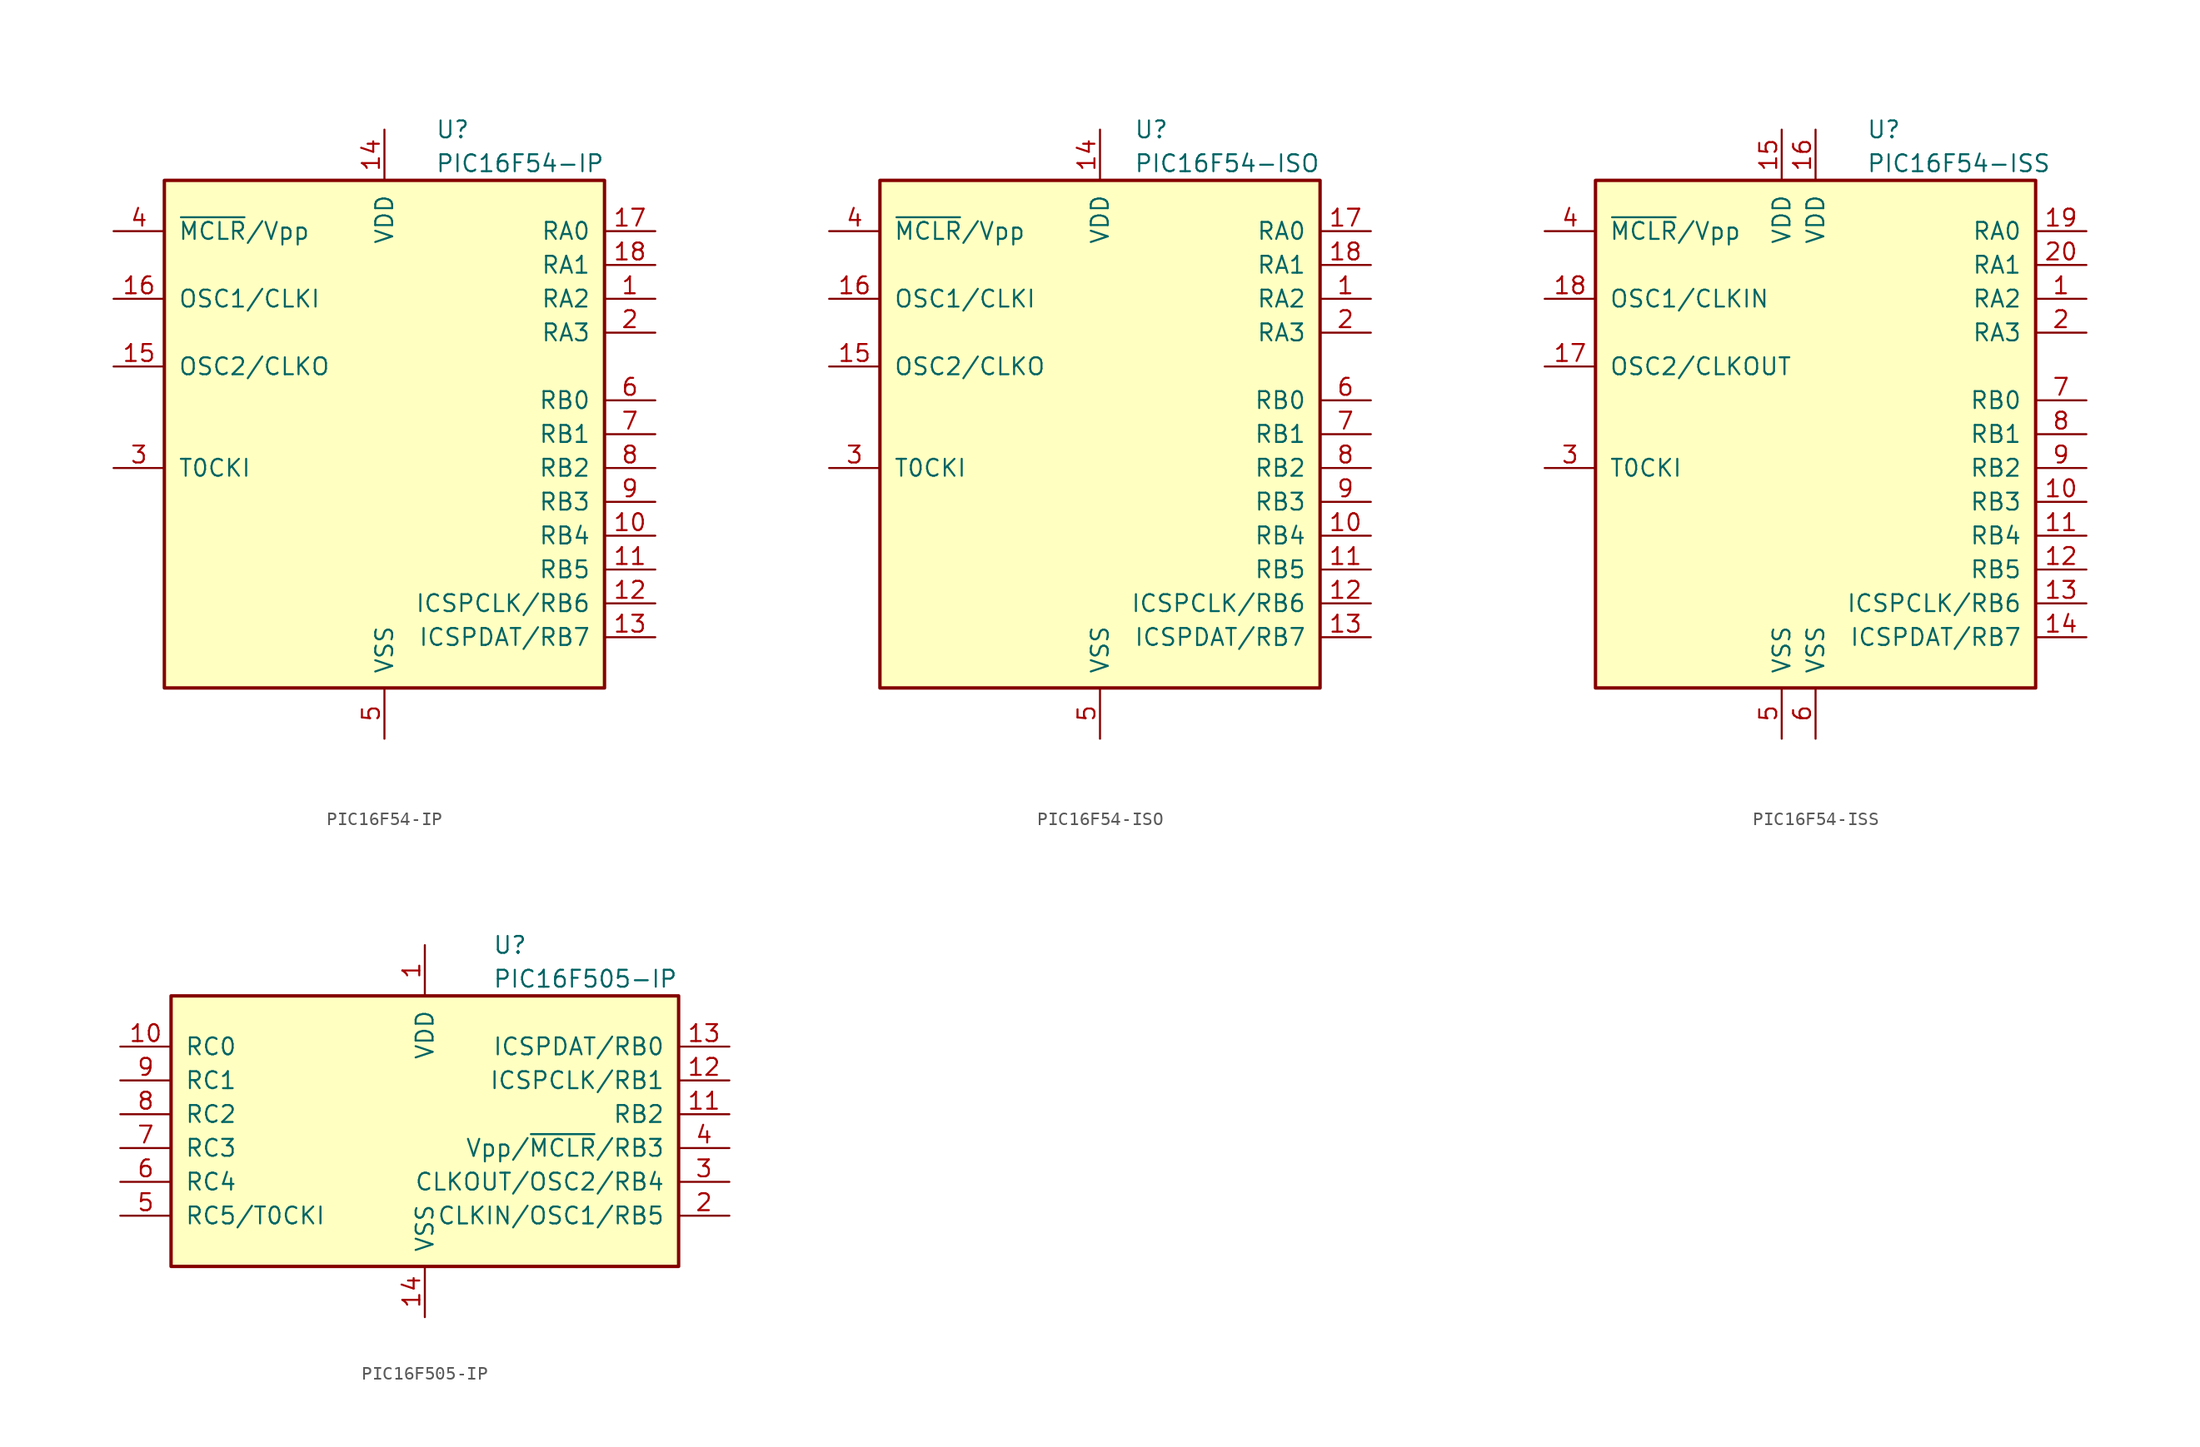
<source format=kicad_sym>
(kicad_symbol_lib
  (version 20201005)
  (generator kicad_symbol_editor)
  (symbol "MCU_Microchip_PIC16:PIC16F54-IP"
    (pin_names
      (offset 1.016))
    (property "Reference" "U"
      (at 3.81 22.86 0)
      (effects (font (size 1.27 1.27)) (justify left)))
    (property "Value" "PIC16F54-IP"
      (at 3.81 20.32 0)
      (effects (font (size 1.27 1.27)) (justify left)))
    (symbol "PIC16F54-IP_0_1"
      (rectangle (start -16.51 19.05) (end 16.51 -19.05) (stroke (width 0.254)) (fill (type background))))
    (symbol "PIC16F54-IP_1_1"
      (pin bidirectional line (at 20.32 10.16 180) (length 3.81) (name "RA2" (effects (font (size 1.27 1.27)))) (number "1" (effects (font (size 1.27 1.27)))))
      (pin bidirectional line (at 20.32 -7.62 180) (length 3.81) (name "RB4" (effects (font (size 1.27 1.27)))) (number "10" (effects (font (size 1.27 1.27)))))
      (pin bidirectional line (at 20.32 -10.16 180) (length 3.81) (name "RB5" (effects (font (size 1.27 1.27)))) (number "11" (effects (font (size 1.27 1.27)))))
      (pin bidirectional line (at 20.32 -12.7 180) (length 3.81) (name "ICSPCLK/RB6" (effects (font (size 1.27 1.27)))) (number "12" (effects (font (size 1.27 1.27)))))
      (pin bidirectional line (at 20.32 -15.24 180) (length 3.81) (name "ICSPDAT/RB7" (effects (font (size 1.27 1.27)))) (number "13" (effects (font (size 1.27 1.27)))))
      (pin power_in line (at 0 22.86 270) (length 3.81) (name "VDD" (effects (font (size 1.27 1.27)))) (number "14" (effects (font (size 1.27 1.27)))))
      (pin output line (at -20.32 5.08 0) (length 3.81) (name "OSC2/CLKO" (effects (font (size 1.27 1.27)))) (number "15" (effects (font (size 1.27 1.27)))))
      (pin input line (at -20.32 10.16 0) (length 3.81) (name "OSC1/CLKI" (effects (font (size 1.27 1.27)))) (number "16" (effects (font (size 1.27 1.27)))))
      (pin bidirectional line (at 20.32 15.24 180) (length 3.81) (name "RA0" (effects (font (size 1.27 1.27)))) (number "17" (effects (font (size 1.27 1.27)))))
      (pin bidirectional line (at 20.32 12.7 180) (length 3.81) (name "RA1" (effects (font (size 1.27 1.27)))) (number "18" (effects (font (size 1.27 1.27)))))
      (pin bidirectional line (at 20.32 7.62 180) (length 3.81) (name "RA3" (effects (font (size 1.27 1.27)))) (number "2" (effects (font (size 1.27 1.27)))))
      (pin input line (at -20.32 -2.54 0) (length 3.81) (name "T0CKI" (effects (font (size 1.27 1.27)))) (number "3" (effects (font (size 1.27 1.27)))))
      (pin input line (at -20.32 15.24 0) (length 3.81) (name "~MCLR~/Vpp" (effects (font (size 1.27 1.27)))) (number "4" (effects (font (size 1.27 1.27)))))
      (pin power_in line (at 0 -22.86 90) (length 3.81) (name "VSS" (effects (font (size 1.27 1.27)))) (number "5" (effects (font (size 1.27 1.27)))))
      (pin bidirectional line (at 20.32 2.54 180) (length 3.81) (name "RB0" (effects (font (size 1.27 1.27)))) (number "6" (effects (font (size 1.27 1.27)))))
      (pin bidirectional line (at 20.32 0 180) (length 3.81) (name "RB1" (effects (font (size 1.27 1.27)))) (number "7" (effects (font (size 1.27 1.27)))))
      (pin bidirectional line (at 20.32 -2.54 180) (length 3.81) (name "RB2" (effects (font (size 1.27 1.27)))) (number "8" (effects (font (size 1.27 1.27)))))
      (pin bidirectional line (at 20.32 -5.08 180) (length 3.81) (name "RB3" (effects (font (size 1.27 1.27)))) (number "9" (effects (font (size 1.27 1.27)))))))
  (symbol "MCU_Microchip_PIC16:PIC16F54-ISO"
    (pin_names
      (offset 1.016))
    (property "Reference" "U"
      (at 2.54 22.86 0)
      (effects (font (size 1.27 1.27)) (justify left)))
    (property "Value" "PIC16F54-ISO"
      (at 2.54 20.32 0)
      (effects (font (size 1.27 1.27)) (justify left)))
    (symbol "PIC16F54-ISO_0_1"
      (rectangle (start -16.51 19.05) (end 16.51 -19.05) (stroke (width 0.254)) (fill (type background))))
    (symbol "PIC16F54-ISO_1_1"
      (pin bidirectional line (at 20.32 10.16 180) (length 3.81) (name "RA2" (effects (font (size 1.27 1.27)))) (number "1" (effects (font (size 1.27 1.27)))))
      (pin bidirectional line (at 20.32 -7.62 180) (length 3.81) (name "RB4" (effects (font (size 1.27 1.27)))) (number "10" (effects (font (size 1.27 1.27)))))
      (pin bidirectional line (at 20.32 -10.16 180) (length 3.81) (name "RB5" (effects (font (size 1.27 1.27)))) (number "11" (effects (font (size 1.27 1.27)))))
      (pin bidirectional line (at 20.32 -12.7 180) (length 3.81) (name "ICSPCLK/RB6" (effects (font (size 1.27 1.27)))) (number "12" (effects (font (size 1.27 1.27)))))
      (pin bidirectional line (at 20.32 -15.24 180) (length 3.81) (name "ICSPDAT/RB7" (effects (font (size 1.27 1.27)))) (number "13" (effects (font (size 1.27 1.27)))))
      (pin power_in line (at 0 22.86 270) (length 3.81) (name "VDD" (effects (font (size 1.27 1.27)))) (number "14" (effects (font (size 1.27 1.27)))))
      (pin output line (at -20.32 5.08 0) (length 3.81) (name "OSC2/CLKO" (effects (font (size 1.27 1.27)))) (number "15" (effects (font (size 1.27 1.27)))))
      (pin input line (at -20.32 10.16 0) (length 3.81) (name "OSC1/CLKI" (effects (font (size 1.27 1.27)))) (number "16" (effects (font (size 1.27 1.27)))))
      (pin bidirectional line (at 20.32 15.24 180) (length 3.81) (name "RA0" (effects (font (size 1.27 1.27)))) (number "17" (effects (font (size 1.27 1.27)))))
      (pin bidirectional line (at 20.32 12.7 180) (length 3.81) (name "RA1" (effects (font (size 1.27 1.27)))) (number "18" (effects (font (size 1.27 1.27)))))
      (pin bidirectional line (at 20.32 7.62 180) (length 3.81) (name "RA3" (effects (font (size 1.27 1.27)))) (number "2" (effects (font (size 1.27 1.27)))))
      (pin input line (at -20.32 -2.54 0) (length 3.81) (name "T0CKI" (effects (font (size 1.27 1.27)))) (number "3" (effects (font (size 1.27 1.27)))))
      (pin input line (at -20.32 15.24 0) (length 3.81) (name "~MCLR~/Vpp" (effects (font (size 1.27 1.27)))) (number "4" (effects (font (size 1.27 1.27)))))
      (pin power_in line (at 0 -22.86 90) (length 3.81) (name "VSS" (effects (font (size 1.27 1.27)))) (number "5" (effects (font (size 1.27 1.27)))))
      (pin bidirectional line (at 20.32 2.54 180) (length 3.81) (name "RB0" (effects (font (size 1.27 1.27)))) (number "6" (effects (font (size 1.27 1.27)))))
      (pin bidirectional line (at 20.32 0 180) (length 3.81) (name "RB1" (effects (font (size 1.27 1.27)))) (number "7" (effects (font (size 1.27 1.27)))))
      (pin bidirectional line (at 20.32 -2.54 180) (length 3.81) (name "RB2" (effects (font (size 1.27 1.27)))) (number "8" (effects (font (size 1.27 1.27)))))
      (pin bidirectional line (at 20.32 -5.08 180) (length 3.81) (name "RB3" (effects (font (size 1.27 1.27)))) (number "9" (effects (font (size 1.27 1.27)))))))
  (symbol "MCU_Microchip_PIC16:PIC16F54-ISS"
    (pin_names
      (offset 1.016))
    (property "Reference" "U"
      (at 3.81 22.86 0)
      (effects (font (size 1.27 1.27)) (justify left)))
    (property "Value" "PIC16F54-ISS"
      (at 3.81 20.32 0)
      (effects (font (size 1.27 1.27)) (justify left)))
    (symbol "PIC16F54-ISS_0_1"
      (rectangle (start -16.51 19.05) (end 16.51 -19.05) (stroke (width 0.254)) (fill (type background))))
    (symbol "PIC16F54-ISS_1_1"
      (pin bidirectional line (at 20.32 10.16 180) (length 3.81) (name "RA2" (effects (font (size 1.27 1.27)))) (number "1" (effects (font (size 1.27 1.27)))))
      (pin bidirectional line (at 20.32 -5.08 180) (length 3.81) (name "RB3" (effects (font (size 1.27 1.27)))) (number "10" (effects (font (size 1.27 1.27)))))
      (pin bidirectional line (at 20.32 -7.62 180) (length 3.81) (name "RB4" (effects (font (size 1.27 1.27)))) (number "11" (effects (font (size 1.27 1.27)))))
      (pin bidirectional line (at 20.32 -10.16 180) (length 3.81) (name "RB5" (effects (font (size 1.27 1.27)))) (number "12" (effects (font (size 1.27 1.27)))))
      (pin bidirectional line (at 20.32 -12.7 180) (length 3.81) (name "ICSPCLK/RB6" (effects (font (size 1.27 1.27)))) (number "13" (effects (font (size 1.27 1.27)))))
      (pin bidirectional line (at 20.32 -15.24 180) (length 3.81) (name "ICSPDAT/RB7" (effects (font (size 1.27 1.27)))) (number "14" (effects (font (size 1.27 1.27)))))
      (pin power_in line (at -2.54 22.86 270) (length 3.81) (name "VDD" (effects (font (size 1.27 1.27)))) (number "15" (effects (font (size 1.27 1.27)))))
      (pin power_in line (at 0 22.86 270) (length 3.81) (name "VDD" (effects (font (size 1.27 1.27)))) (number "16" (effects (font (size 1.27 1.27)))))
      (pin output line (at -20.32 5.08 0) (length 3.81) (name "OSC2/CLKOUT" (effects (font (size 1.27 1.27)))) (number "17" (effects (font (size 1.27 1.27)))))
      (pin input line (at -20.32 10.16 0) (length 3.81) (name "OSC1/CLKIN" (effects (font (size 1.27 1.27)))) (number "18" (effects (font (size 1.27 1.27)))))
      (pin bidirectional line (at 20.32 15.24 180) (length 3.81) (name "RA0" (effects (font (size 1.27 1.27)))) (number "19" (effects (font (size 1.27 1.27)))))
      (pin bidirectional line (at 20.32 7.62 180) (length 3.81) (name "RA3" (effects (font (size 1.27 1.27)))) (number "2" (effects (font (size 1.27 1.27)))))
      (pin bidirectional line (at 20.32 12.7 180) (length 3.81) (name "RA1" (effects (font (size 1.27 1.27)))) (number "20" (effects (font (size 1.27 1.27)))))
      (pin input line (at -20.32 -2.54 0) (length 3.81) (name "T0CKI" (effects (font (size 1.27 1.27)))) (number "3" (effects (font (size 1.27 1.27)))))
      (pin input line (at -20.32 15.24 0) (length 3.81) (name "~MCLR~/Vpp" (effects (font (size 1.27 1.27)))) (number "4" (effects (font (size 1.27 1.27)))))
      (pin power_in line (at -2.54 -22.86 90) (length 3.81) (name "VSS" (effects (font (size 1.27 1.27)))) (number "5" (effects (font (size 1.27 1.27)))))
      (pin power_in line (at 0 -22.86 90) (length 3.81) (name "VSS" (effects (font (size 1.27 1.27)))) (number "6" (effects (font (size 1.27 1.27)))))
      (pin bidirectional line (at 20.32 2.54 180) (length 3.81) (name "RB0" (effects (font (size 1.27 1.27)))) (number "7" (effects (font (size 1.27 1.27)))))
      (pin bidirectional line (at 20.32 0 180) (length 3.81) (name "RB1" (effects (font (size 1.27 1.27)))) (number "8" (effects (font (size 1.27 1.27)))))
      (pin bidirectional line (at 20.32 -2.54 180) (length 3.81) (name "RB2" (effects (font (size 1.27 1.27)))) (number "9" (effects (font (size 1.27 1.27)))))))
  (symbol "MCU_Microchip_PIC16:PIC16F505-IP"
    (pin_names
      (offset 1.016))
    (property "Reference" "U"
      (at 5.08 12.7 0)
      (effects (font (size 1.27 1.27)) (justify left)))
    (property "Value" "PIC16F505-IP"
      (at 5.08 10.16 0)
      (effects (font (size 1.27 1.27)) (justify left)))
    (symbol "PIC16F505-IP_0_1"
      (rectangle (start -19.05 8.89) (end 19.05 -11.43) (stroke (width 0.254)) (fill (type background))))
    (symbol "PIC16F505-IP_1_1"
      (pin power_in line (at 0 12.7 270) (length 3.81) (name "VDD" (effects (font (size 1.27 1.27)))) (number "1" (effects (font (size 1.27 1.27)))))
      (pin bidirectional line (at -22.86 5.08 0) (length 3.81) (name "RC0" (effects (font (size 1.27 1.27)))) (number "10" (effects (font (size 1.27 1.27)))))
      (pin bidirectional line (at 22.86 0 180) (length 3.81) (name "RB2" (effects (font (size 1.27 1.27)))) (number "11" (effects (font (size 1.27 1.27)))))
      (pin bidirectional line (at 22.86 2.54 180) (length 3.81) (name "ICSPCLK/RB1" (effects (font (size 1.27 1.27)))) (number "12" (effects (font (size 1.27 1.27)))))
      (pin bidirectional line (at 22.86 5.08 180) (length 3.81) (name "ICSPDAT/RB0" (effects (font (size 1.27 1.27)))) (number "13" (effects (font (size 1.27 1.27)))))
      (pin power_in line (at 0 -15.24 90) (length 3.81) (name "VSS" (effects (font (size 1.27 1.27)))) (number "14" (effects (font (size 1.27 1.27)))))
      (pin bidirectional line (at 22.86 -7.62 180) (length 3.81) (name "CLKIN/OSC1/RB5" (effects (font (size 1.27 1.27)))) (number "2" (effects (font (size 1.27 1.27)))))
      (pin bidirectional line (at 22.86 -5.08 180) (length 3.81) (name "CLKOUT/OSC2/RB4" (effects (font (size 1.27 1.27)))) (number "3" (effects (font (size 1.27 1.27)))))
      (pin input line (at 22.86 -2.54 180) (length 3.81) (name "Vpp/~MCLR~/RB3" (effects (font (size 1.27 1.27)))) (number "4" (effects (font (size 1.27 1.27)))))
      (pin bidirectional line (at -22.86 -7.62 0) (length 3.81) (name "RC5/T0CKI" (effects (font (size 1.27 1.27)))) (number "5" (effects (font (size 1.27 1.27)))))
      (pin bidirectional line (at -22.86 -5.08 0) (length 3.81) (name "RC4" (effects (font (size 1.27 1.27)))) (number "6" (effects (font (size 1.27 1.27)))))
      (pin bidirectional line (at -22.86 -2.54 0) (length 3.81) (name "RC3" (effects (font (size 1.27 1.27)))) (number "7" (effects (font (size 1.27 1.27)))))
      (pin bidirectional line (at -22.86 0 0) (length 3.81) (name "RC2" (effects (font (size 1.27 1.27)))) (number "8" (effects (font (size 1.27 1.27)))))
      (pin bidirectional line (at -22.86 2.54 0) (length 3.81) (name "RC1" (effects (font (size 1.27 1.27)))) (number "9" (effects (font (size 1.27 1.27))))))))
</source>
